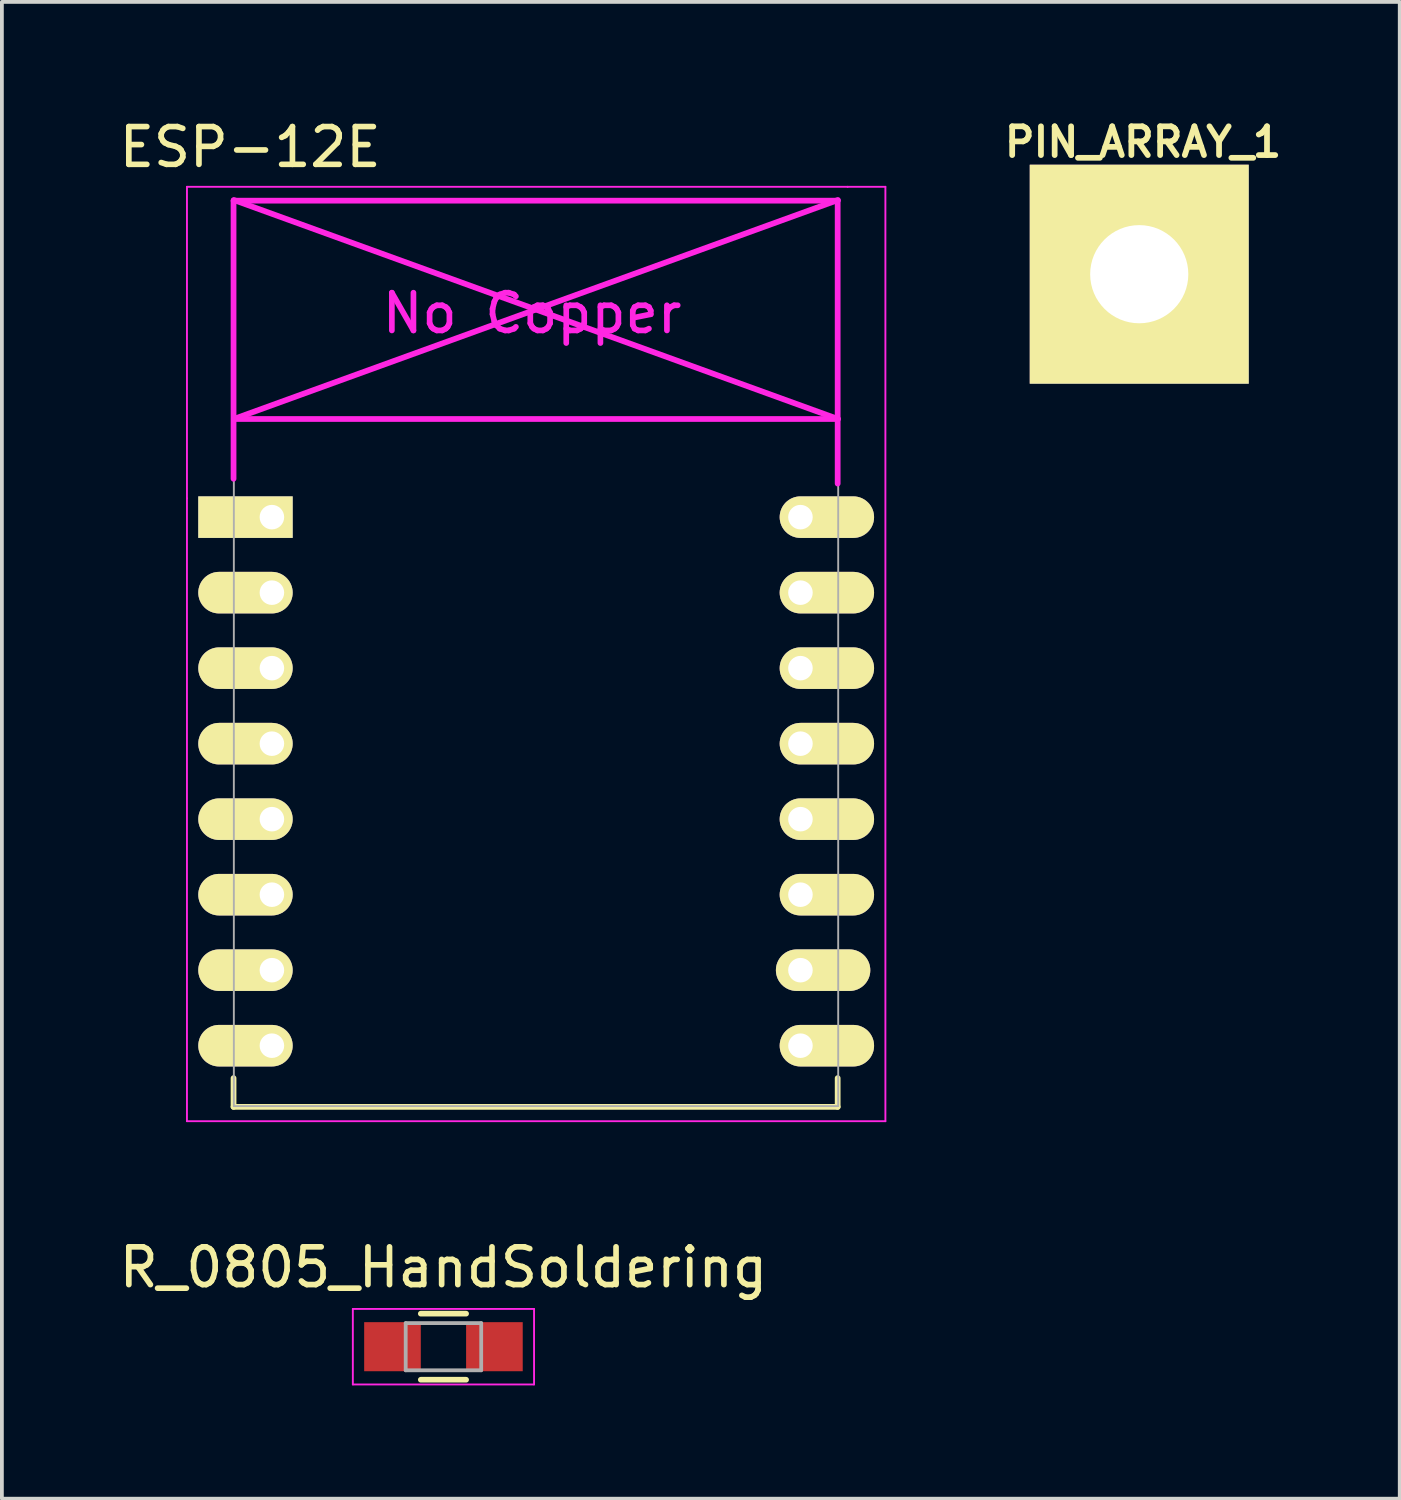
<source format=kicad_pcb>
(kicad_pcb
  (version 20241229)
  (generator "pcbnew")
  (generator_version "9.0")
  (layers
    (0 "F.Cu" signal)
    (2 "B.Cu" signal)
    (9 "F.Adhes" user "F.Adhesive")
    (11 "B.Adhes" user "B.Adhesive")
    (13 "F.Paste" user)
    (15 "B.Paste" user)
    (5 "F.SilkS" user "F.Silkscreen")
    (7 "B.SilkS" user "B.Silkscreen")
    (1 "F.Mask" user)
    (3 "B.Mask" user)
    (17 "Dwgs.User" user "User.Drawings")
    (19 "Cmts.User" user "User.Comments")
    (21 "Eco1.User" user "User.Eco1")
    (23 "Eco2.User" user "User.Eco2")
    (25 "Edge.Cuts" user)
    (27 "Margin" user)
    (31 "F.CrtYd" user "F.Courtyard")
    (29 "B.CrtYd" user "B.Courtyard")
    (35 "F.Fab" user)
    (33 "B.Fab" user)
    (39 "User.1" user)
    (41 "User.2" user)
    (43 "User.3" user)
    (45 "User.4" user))
  (footprint "ESP-12E"
    (layer "F.Cu")
    (at 4.152 10.648)
    (property "Reference" "ESP-12E" (at -0.575 -9.8 0) (layer "F.SilkS") (effects (font (size 1 1) (thickness 0.15))))
    (attr through_hole)
    (fp_line (start -1.016 14.859) (end -1.016 15.621) (stroke (width 0.152) (type solid)) (layer "F.SilkS"))
    (fp_line (start -1.016 15.621) (end 14.986 15.621) (stroke (width 0.152) (type solid)) (layer "F.SilkS"))
    (fp_line (start 14.986 15.621) (end 14.986 14.859) (stroke (width 0.152) (type solid)) (layer "F.SilkS"))
    (fp_line (start -2.25 -8.75) (end 15.25 -8.75) (stroke (width 0.05) (type solid)) (layer "F.CrtYd"))
    (fp_line (start -2.25 -0.5) (end -2.25 -8.75) (stroke (width 0.05) (type solid)) (layer "F.CrtYd"))
    (fp_line (start -2.25 16) (end -2.25 -0.5) (stroke (width 0.05) (type solid)) (layer "F.CrtYd"))
    (fp_line (start -1.016 -8.382) (end -1.016 -1.016) (stroke (width 0.152) (type solid)) (layer "F.CrtYd"))
    (fp_line (start -1.016 -8.382) (end 14.986 -8.382) (stroke (width 0.152) (type solid)) (layer "F.CrtYd"))
    (fp_line (start -1.008 -8.4) (end 14.992 -2.6) (stroke (width 0.152) (type solid)) (layer "F.CrtYd"))
    (fp_line (start -1.008 -2.6) (end 14.992 -2.6) (stroke (width 0.152) (type solid)) (layer "F.CrtYd"))
    (fp_line (start 14.986 -8.382) (end 14.986 -0.889) (stroke (width 0.152) (type solid)) (layer "F.CrtYd"))
    (fp_line (start 14.992 -8.4) (end -1.008 -2.6) (stroke (width 0.152) (type solid)) (layer "F.CrtYd"))
    (fp_line (start 15.25 -8.75) (end 16.25 -8.75) (stroke (width 0.05) (type solid)) (layer "F.CrtYd"))
    (fp_line (start 16.25 -8.75) (end 16.25 16) (stroke (width 0.05) (type solid)) (layer "F.CrtYd"))
    (fp_line (start 16.25 16) (end -2.25 16) (stroke (width 0.05) (type solid)) (layer "F.CrtYd"))
    (fp_line (start -1.008 -8.4) (end 14.992 -8.4) (stroke (width 0.05) (type solid)) (layer "F.Fab"))
    (fp_line (start -1.008 15.6) (end -1.008 -8.4) (stroke (width 0.05) (type solid)) (layer "F.Fab"))
    (fp_line (start 14.992 15.6) (end -1.008 15.6) (stroke (width 0.05) (type solid)) (layer "F.Fab"))
    (fp_line (start 15 -8.4) (end 15 15.6) (stroke (width 0.05) (type solid)) (layer "F.Fab"))
    (fp_text user "No Copper" (at 6.892 -5.4 0) (layer "F.CrtYd") (effects (font (size 1 1) (thickness 0.15))))
    (pad "1" thru_hole rect (at 0 0) (size 2.5 1.1) (drill 0.65 (offset -0.7 0)) (layers "*.Cu" "*.Mask" "F.SilkS"))
    (pad "2" thru_hole oval (at 0 2) (size 2.5 1.1) (drill 0.65 (offset -0.7 0)) (layers "*.Cu" "*.Mask" "F.SilkS"))
    (pad "3" thru_hole oval (at 0 4) (size 2.5 1.1) (drill 0.65 (offset -0.7 0)) (layers "*.Cu" "*.Mask" "F.SilkS"))
    (pad "4" thru_hole oval (at 0 6) (size 2.5 1.1) (drill 0.65 (offset -0.7 0)) (layers "*.Cu" "*.Mask" "F.SilkS"))
    (pad "5" thru_hole oval (at 0 8) (size 2.5 1.1) (drill 0.65 (offset -0.7 0)) (layers "*.Cu" "*.Mask" "F.SilkS"))
    (pad "6" thru_hole oval (at 0 10) (size 2.5 1.1) (drill 0.65 (offset -0.7 0)) (layers "*.Cu" "*.Mask" "F.SilkS"))
    (pad "7" thru_hole oval (at 0 12) (size 2.5 1.1) (drill 0.65 (offset -0.7 0)) (layers "*.Cu" "*.Mask" "F.SilkS"))
    (pad "8" thru_hole oval (at 0 14) (size 2.5 1.1) (drill 0.65 (offset -0.7 0)) (layers "*.Cu" "*.Mask" "F.SilkS"))
    (pad "15" thru_hole oval (at 14 14) (size 2.5 1.1) (drill 0.65 (offset 0.7 0)) (layers "*.Cu" "*.Mask" "F.SilkS"))
    (pad "16" thru_hole oval (at 14 12) (size 2.5 1.1) (drill 0.65 (offset 0.6 0)) (layers "*.Cu" "*.Mask" "F.SilkS"))
    (pad "17" thru_hole oval (at 14 10) (size 2.5 1.1) (drill 0.65 (offset 0.7 0)) (layers "*.Cu" "*.Mask" "F.SilkS"))
    (pad "18" thru_hole oval (at 14 8) (size 2.5 1.1) (drill 0.65 (offset 0.7 0)) (layers "*.Cu" "*.Mask" "F.SilkS"))
    (pad "19" thru_hole oval (at 14 6) (size 2.5 1.1) (drill 0.65 (offset 0.7 0)) (layers "*.Cu" "*.Mask" "F.SilkS"))
    (pad "20" thru_hole oval (at 14 4) (size 2.5 1.1) (drill 0.65 (offset 0.7 0)) (layers "*.Cu" "*.Mask" "F.SilkS"))
    (pad "21" thru_hole oval (at 14 2) (size 2.5 1.1) (drill 0.65 (offset 0.7 0)) (layers "*.Cu" "*.Mask" "F.SilkS"))
    (pad "22" thru_hole oval (at 14 0) (size 2.5 1.1) (drill 0.65 (offset 0.7 0)) (layers "*.Cu" "*.Mask" "F.SilkS")))
  (footprint "PIN_ARRAY_1"
    (layer "F.Cu")
    (at 27.126 4.213)
    (property "Reference" "PIN_ARRAY_1" (at 0.1 -3.5 0) (layer "F.SilkS") (effects (font (size 0.762 0.762) (thickness 0.152))))
    (attr through_hole)
    (fp_line (start -1.27 -1.27) (end 1.27 -1.27) (stroke (width 0.152) (type solid)) (layer "F.SilkS"))
    (fp_line (start -1.27 1.27) (end -1.27 -1.27) (stroke (width 0.152) (type solid)) (layer "F.SilkS"))
    (fp_line (start 1.27 -1.27) (end 1.27 1.27) (stroke (width 0.152) (type solid)) (layer "F.SilkS"))
    (fp_line (start 1.27 1.27) (end -1.27 1.27) (stroke (width 0.152) (type solid)) (layer "F.SilkS"))
    (pad "1" thru_hole rect (at 0 0) (size 5.8 5.8) (drill 2.6) (layers "*.Cu" "*.Mask" "F.SilkS")))
  (footprint "R_0805_HandSoldering"
    (layer "F.Cu")
    (at 8.696 32.621)
    (property "Reference" "R_0805_HandSoldering" (at 0 -2.1 0) (layer "F.SilkS") (effects (font (size 1 1) (thickness 0.15))))
    (attr smd)
    (fp_line (start -0.6 -0.875) (end 0.6 -0.875) (stroke (width 0.15) (type solid)) (layer "F.SilkS"))
    (fp_line (start 0.6 0.875) (end -0.6 0.875) (stroke (width 0.15) (type solid)) (layer "F.SilkS"))
    (fp_line (start -2.4 -1) (end -2.4 1) (stroke (width 0.05) (type solid)) (layer "F.CrtYd"))
    (fp_line (start -2.4 -1) (end 2.4 -1) (stroke (width 0.05) (type solid)) (layer "F.CrtYd"))
    (fp_line (start -2.4 1) (end 2.4 1) (stroke (width 0.05) (type solid)) (layer "F.CrtYd"))
    (fp_line (start 2.4 -1) (end 2.4 1) (stroke (width 0.05) (type solid)) (layer "F.CrtYd"))
    (fp_line (start -1 -0.625) (end 1 -0.625) (stroke (width 0.1) (type solid)) (layer "F.Fab"))
    (fp_line (start -1 0.625) (end -1 -0.625) (stroke (width 0.1) (type solid)) (layer "F.Fab"))
    (fp_line (start 1 -0.625) (end 1 0.625) (stroke (width 0.1) (type solid)) (layer "F.Fab"))
    (fp_line (start 1 0.625) (end -1 0.625) (stroke (width 0.1) (type solid)) (layer "F.Fab"))
    (pad "1" smd rect (at -1.35 0) (size 1.5 1.3) (layers "F.Cu" "F.Mask" "F.Paste"))
    (pad "2" smd rect (at 1.35 0) (size 1.5 1.3) (layers "F.Cu" "F.Mask" "F.Paste")))
  (gr_rect
    (start -3 -3)
    (end 34.026 36.647)
    (stroke (width 0.1) (type default))
    (fill no)
    (layer "Edge.Cuts")))
</source>
